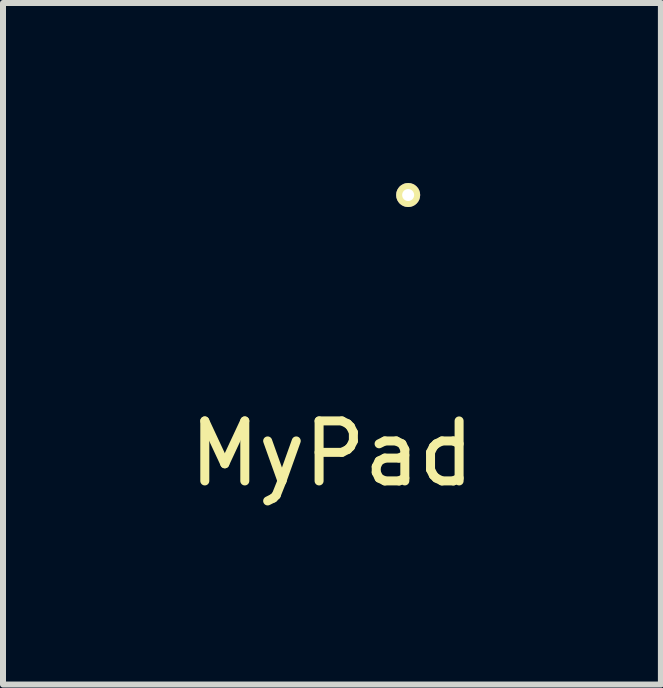
<source format=kicad_pcb>
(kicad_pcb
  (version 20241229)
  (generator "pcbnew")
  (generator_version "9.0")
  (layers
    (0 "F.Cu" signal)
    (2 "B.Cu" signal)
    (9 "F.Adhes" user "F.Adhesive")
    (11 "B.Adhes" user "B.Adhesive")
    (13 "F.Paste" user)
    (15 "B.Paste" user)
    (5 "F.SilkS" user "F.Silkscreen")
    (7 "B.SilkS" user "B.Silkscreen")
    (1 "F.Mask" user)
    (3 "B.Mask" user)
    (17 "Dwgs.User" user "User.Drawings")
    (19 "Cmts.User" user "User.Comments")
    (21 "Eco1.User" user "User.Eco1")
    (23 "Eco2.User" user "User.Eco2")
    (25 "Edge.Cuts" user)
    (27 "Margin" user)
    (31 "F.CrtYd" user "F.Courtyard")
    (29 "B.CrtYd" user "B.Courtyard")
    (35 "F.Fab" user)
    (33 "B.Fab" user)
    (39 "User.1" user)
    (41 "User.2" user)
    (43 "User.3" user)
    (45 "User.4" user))
  (footprint "MyPad"
    (layer "F.Cu")
    (at 2.482 4.01)
    (property "Reference" "MyPad" (at 0 0.5 0) (layer "F.SilkS") (effects (font (size 1 1) (thickness 0.15))))
    (attr through_hole)
    (pad "1" thru_hole circle (at 1.27 -3.81) (size 0.4 0.4) (drill 0.2) (layers "*.Cu" "*.Mask" "F.SilkS")))
  (gr_rect
    (start -3 -3)
    (end 7.964 8.358)
    (stroke (width 0.1) (type default))
    (fill no)
    (layer "Edge.Cuts")))
</source>
